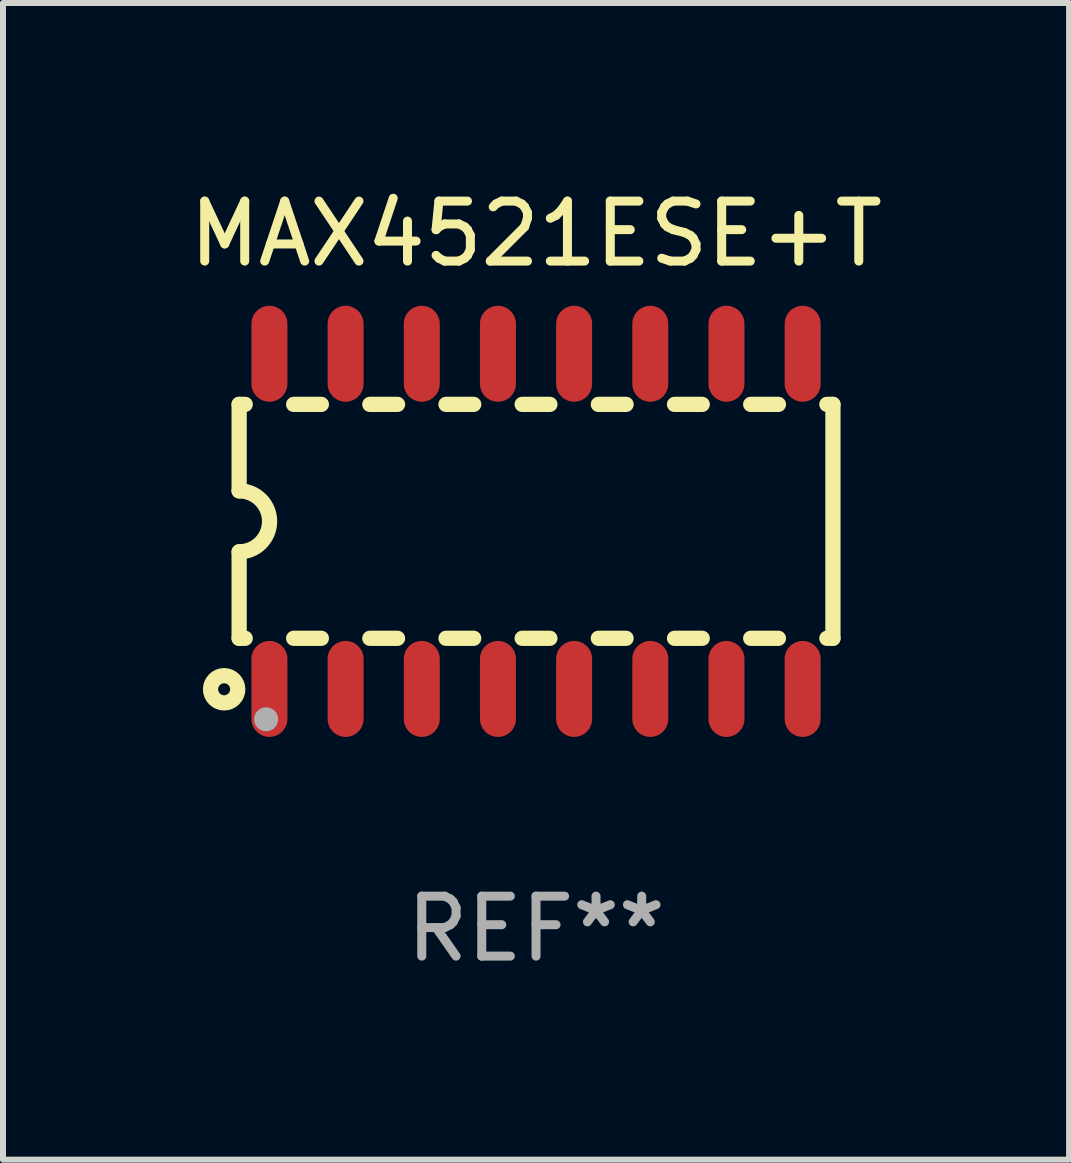
<source format=kicad_pcb>
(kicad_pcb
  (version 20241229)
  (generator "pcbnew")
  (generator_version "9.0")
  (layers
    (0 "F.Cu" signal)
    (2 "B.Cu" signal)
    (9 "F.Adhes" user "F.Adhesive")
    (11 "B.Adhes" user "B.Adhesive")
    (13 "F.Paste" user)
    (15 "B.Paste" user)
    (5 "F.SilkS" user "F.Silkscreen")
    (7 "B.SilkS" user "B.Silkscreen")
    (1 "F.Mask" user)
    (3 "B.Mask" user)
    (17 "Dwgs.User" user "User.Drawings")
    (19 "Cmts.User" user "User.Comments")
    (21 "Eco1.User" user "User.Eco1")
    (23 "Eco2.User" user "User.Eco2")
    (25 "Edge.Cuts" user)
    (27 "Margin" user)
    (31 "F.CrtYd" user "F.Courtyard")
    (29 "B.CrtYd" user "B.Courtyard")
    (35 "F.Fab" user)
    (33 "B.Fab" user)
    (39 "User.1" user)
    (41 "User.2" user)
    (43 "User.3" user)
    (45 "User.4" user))
  (footprint "MAX4521ESE+T"
    (layer "F.Cu")
    (at 5.887 5.642)
    (property "Reference" "MAX4521ESE+T" (at 0 -4.794 0) (layer "F.SilkS") (effects (font (size 1 1) (thickness 0.15))))
    (attr through_hole)
    (fp_line (start -4.95 -1.95) (end -4.95 -0.508) (stroke (width 0.254) (type solid)) (layer "F.SilkS"))
    (fp_line (start -4.95 -1.95) (end -4.849 -1.95) (stroke (width 0.254) (type solid)) (layer "F.SilkS"))
    (fp_line (start -4.95 1.95) (end -4.95 0.508) (stroke (width 0.254) (type solid)) (layer "F.SilkS"))
    (fp_line (start -4.95 1.95) (end -4.849 1.95) (stroke (width 0.254) (type solid)) (layer "F.SilkS"))
    (fp_line (start -4.041 -1.95) (end -3.579 -1.95) (stroke (width 0.254) (type solid)) (layer "F.SilkS"))
    (fp_line (start -4.041 1.95) (end -3.579 1.95) (stroke (width 0.254) (type solid)) (layer "F.SilkS"))
    (fp_line (start -2.771 -1.95) (end -2.309 -1.95) (stroke (width 0.254) (type solid)) (layer "F.SilkS"))
    (fp_line (start -2.771 1.95) (end -2.309 1.95) (stroke (width 0.254) (type solid)) (layer "F.SilkS"))
    (fp_line (start -1.501 -1.95) (end -1.039 -1.95) (stroke (width 0.254) (type solid)) (layer "F.SilkS"))
    (fp_line (start -1.501 1.95) (end -1.039 1.95) (stroke (width 0.254) (type solid)) (layer "F.SilkS"))
    (fp_line (start -0.231 -1.95) (end 0.231 -1.95) (stroke (width 0.254) (type solid)) (layer "F.SilkS"))
    (fp_line (start -0.231 1.95) (end 0.231 1.95) (stroke (width 0.254) (type solid)) (layer "F.SilkS"))
    (fp_line (start 1.039 -1.95) (end 1.501 -1.95) (stroke (width 0.254) (type solid)) (layer "F.SilkS"))
    (fp_line (start 1.039 1.95) (end 1.501 1.95) (stroke (width 0.254) (type solid)) (layer "F.SilkS"))
    (fp_line (start 2.309 -1.95) (end 2.771 -1.95) (stroke (width 0.254) (type solid)) (layer "F.SilkS"))
    (fp_line (start 2.309 1.95) (end 2.771 1.95) (stroke (width 0.254) (type solid)) (layer "F.SilkS"))
    (fp_line (start 3.579 -1.95) (end 4.041 -1.95) (stroke (width 0.254) (type solid)) (layer "F.SilkS"))
    (fp_line (start 3.579 1.95) (end 4.041 1.95) (stroke (width 0.254) (type solid)) (layer "F.SilkS"))
    (fp_line (start 4.849 -1.95) (end 4.95 -1.95) (stroke (width 0.254) (type solid)) (layer "F.SilkS"))
    (fp_line (start 4.849 1.95) (end 4.95 1.95) (stroke (width 0.254) (type solid)) (layer "F.SilkS"))
    (fp_line (start 4.95 -1.95) (end 4.95 1.95) (stroke (width 0.254) (type solid)) (layer "F.SilkS"))
    (fp_arc (start -4.95047 -0.508001) (mid -4.442469 -0.000228) (end -4.950013 0.508001) (stroke (width 0.254001) (type solid)) (layer "F.SilkS"))
    (fp_circle (center -5.2 2.8) (end -5.1 2.8) (stroke (width 0.254) (type solid)) (fill no) (layer "F.SilkS"))
    (fp_circle (center -4.95 2.947) (end -4.92 2.947) (stroke (width 0.06) (type solid)) (fill no) (layer "F.SilkS"))
    (fp_circle (center -4.5 3.3) (end -4.4 3.3) (stroke (width 0.2) (type solid)) (fill no) (layer "F.Fab"))
    (fp_text user "REF**" (at 0 6.794 0) (layer "F.Fab") (effects (font (size 1 1) (thickness 0.15))))
    (pad "1" smd oval (at -4.445 2.794) (size 0.6 1.6) (layers "F.Cu" "F.Mask" "F.Paste"))
    (pad "2" smd oval (at -3.175 2.794) (size 0.6 1.6) (layers "F.Cu" "F.Mask" "F.Paste"))
    (pad "3" smd oval (at -1.905 2.794) (size 0.6 1.6) (layers "F.Cu" "F.Mask" "F.Paste"))
    (pad "4" smd oval (at -0.635 2.794) (size 0.6 1.6) (layers "F.Cu" "F.Mask" "F.Paste"))
    (pad "5" smd oval (at 0.635 2.794) (size 0.6 1.6) (layers "F.Cu" "F.Mask" "F.Paste"))
    (pad "6" smd oval (at 1.905 2.794) (size 0.6 1.6) (layers "F.Cu" "F.Mask" "F.Paste"))
    (pad "7" smd oval (at 3.175 2.794) (size 0.6 1.6) (layers "F.Cu" "F.Mask" "F.Paste"))
    (pad "8" smd oval (at 4.445 2.794) (size 0.6 1.6) (layers "F.Cu" "F.Mask" "F.Paste"))
    (pad "9" smd oval (at 4.445 -2.794) (size 0.6 1.6) (layers "F.Cu" "F.Mask" "F.Paste"))
    (pad "10" smd oval (at 3.175 -2.794) (size 0.6 1.6) (layers "F.Cu" "F.Mask" "F.Paste"))
    (pad "11" smd oval (at 1.905 -2.794) (size 0.6 1.6) (layers "F.Cu" "F.Mask" "F.Paste"))
    (pad "12" smd oval (at 0.635 -2.794) (size 0.6 1.6) (layers "F.Cu" "F.Mask" "F.Paste"))
    (pad "13" smd oval (at -0.635 -2.794) (size 0.6 1.6) (layers "F.Cu" "F.Mask" "F.Paste"))
    (pad "14" smd oval (at -1.905 -2.794) (size 0.6 1.6) (layers "F.Cu" "F.Mask" "F.Paste"))
    (pad "15" smd oval (at -3.175 -2.794) (size 0.6 1.6) (layers "F.Cu" "F.Mask" "F.Paste"))
    (pad "16" smd oval (at -4.445 -2.794) (size 0.6 1.6) (layers "F.Cu" "F.Mask" "F.Paste")))
  (gr_rect
    (start -3 -3)
    (end 14.774 16.285)
    (stroke (width 0.1) (type default))
    (fill no)
    (layer "Edge.Cuts")))
</source>
